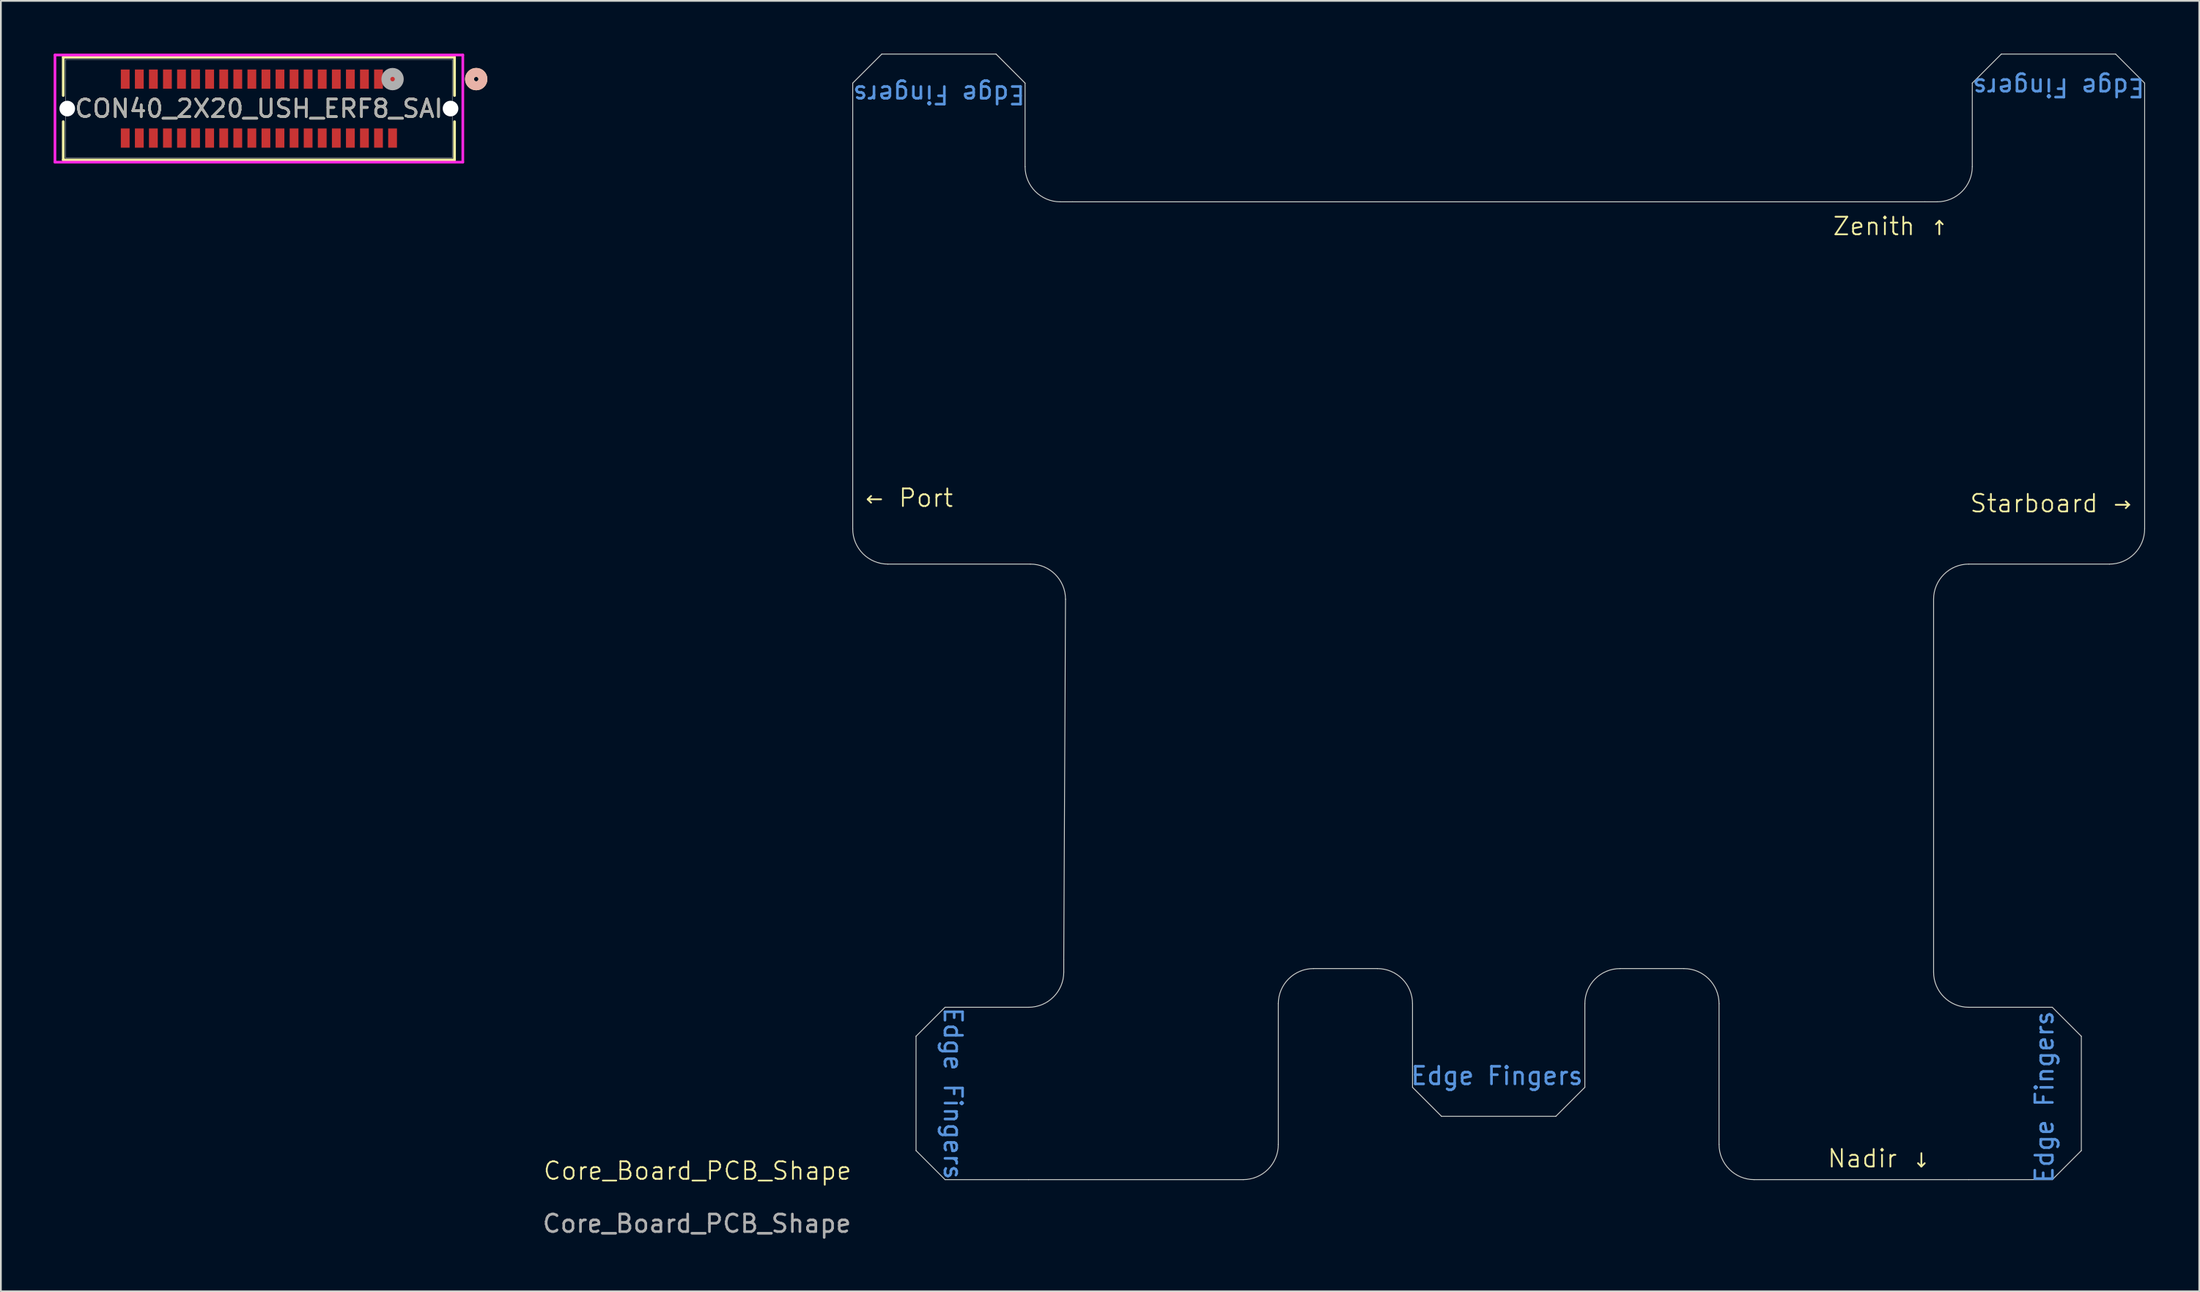
<source format=kicad_pcb>
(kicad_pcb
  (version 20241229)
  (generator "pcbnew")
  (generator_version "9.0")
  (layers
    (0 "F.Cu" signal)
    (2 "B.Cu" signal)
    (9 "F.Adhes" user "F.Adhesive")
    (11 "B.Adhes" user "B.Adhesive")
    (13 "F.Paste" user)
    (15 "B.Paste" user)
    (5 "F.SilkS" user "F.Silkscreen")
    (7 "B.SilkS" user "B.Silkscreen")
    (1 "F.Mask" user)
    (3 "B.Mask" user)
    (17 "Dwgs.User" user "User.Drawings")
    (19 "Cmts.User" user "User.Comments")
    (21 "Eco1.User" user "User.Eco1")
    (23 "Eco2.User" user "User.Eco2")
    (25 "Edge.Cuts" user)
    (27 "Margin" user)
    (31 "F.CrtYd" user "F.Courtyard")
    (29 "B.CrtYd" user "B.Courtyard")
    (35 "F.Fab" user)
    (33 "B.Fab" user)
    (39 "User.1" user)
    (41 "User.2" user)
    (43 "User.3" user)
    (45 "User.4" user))
  (footprint "Core_Board_PCB_Shape"
    (layer "F.Cu")
    (at 45.437 64.025)
    (property "Reference" "Core_Board_PCB_Shape" (at 0 -0.5 0) (unlocked yes) (layer "F.SilkS") (effects (font (size 1 1) (thickness 0.1)) (justify right)))
    (attr smd)
    (fp_line (start 0 -37) (end 0 -62.35) (stroke (width 0.05) (type default)) (layer "Edge.Cuts"))
    (fp_line (start 1.65 -64) (end 0 -62.35) (stroke (width 0.05) (type default)) (layer "Edge.Cuts"))
    (fp_line (start 1.65 -64) (end 8.15 -64) (stroke (width 0.05) (type default)) (layer "Edge.Cuts"))
    (fp_line (start 3.6 -8.15) (end 5.25 -9.8) (stroke (width 0.05) (type default)) (layer "Edge.Cuts"))
    (fp_line (start 3.6 -1.65) (end 3.6 -8.15) (stroke (width 0.05) (type default)) (layer "Edge.Cuts"))
    (fp_line (start 3.6 -1.65) (end 5.25 0) (stroke (width 0.05) (type default)) (layer "Edge.Cuts"))
    (fp_line (start 5.25 -9.8) (end 10 -9.8) (stroke (width 0.05) (type default)) (layer "Edge.Cuts"))
    (fp_line (start 8.15 -64) (end 9.8 -62.35) (stroke (width 0.05) (type default)) (layer "Edge.Cuts"))
    (fp_line (start 9.8 -62.35) (end 9.8 -57.6) (stroke (width 0.05) (type default)) (layer "Edge.Cuts"))
    (fp_line (start 10 0) (end 5.25 0) (stroke (width 0.05) (type default)) (layer "Edge.Cuts"))
    (fp_line (start 10.1 -35) (end 2 -35) (stroke (width 0.05) (type default)) (layer "Edge.Cuts"))
    (fp_line (start 11.8 -55.6) (end 12.5 -55.6) (stroke (width 0.05) (type default)) (layer "Edge.Cuts"))
    (fp_line (start 12 -11.8) (end 12 -12.5) (stroke (width 0.05) (type default)) (layer "Edge.Cuts"))
    (fp_line (start 12.1 -33) (end 12 -12.5) (stroke (width 0.05) (type default)) (layer "Edge.Cuts"))
    (fp_line (start 22.2 0) (end 10 0) (stroke (width 0.05) (type default)) (layer "Edge.Cuts"))
    (fp_line (start 24.2 -10) (end 24.2 -2) (stroke (width 0.05) (type default)) (layer "Edge.Cuts"))
    (fp_line (start 29.83 -12) (end 26.2 -12) (stroke (width 0.05) (type default)) (layer "Edge.Cuts"))
    (fp_line (start 31.83 -5.25) (end 31.83 -10) (stroke (width 0.05) (type default)) (layer "Edge.Cuts"))
    (fp_line (start 31.83 -5.25) (end 33.48 -3.6) (stroke (width 0.05) (type default)) (layer "Edge.Cuts"))
    (fp_line (start 39.98 -3.6) (end 33.48 -3.6) (stroke (width 0.05) (type default)) (layer "Edge.Cuts"))
    (fp_line (start 41.63 -10) (end 41.63 -5.25) (stroke (width 0.05) (type default)) (layer "Edge.Cuts"))
    (fp_line (start 41.63 -5.25) (end 39.98 -3.6) (stroke (width 0.05) (type default)) (layer "Edge.Cuts"))
    (fp_line (start 47.26 -12) (end 43.63 -12) (stroke (width 0.05) (type default)) (layer "Edge.Cuts"))
    (fp_line (start 49.26 -2) (end 49.26 -10) (stroke (width 0.05) (type default)) (layer "Edge.Cuts"))
    (fp_line (start 60.96 -55.6) (end 12.5 -55.6) (stroke (width 0.05) (type default)) (layer "Edge.Cuts"))
    (fp_line (start 60.96 -55.6) (end 61.66 -55.6) (stroke (width 0.05) (type default)) (layer "Edge.Cuts"))
    (fp_line (start 61.46 -33) (end 61.46 -11.8) (stroke (width 0.05) (type default)) (layer "Edge.Cuts"))
    (fp_line (start 63.46 -9.8) (end 68.21 -9.8) (stroke (width 0.05) (type default)) (layer "Edge.Cuts"))
    (fp_line (start 63.46 0) (end 51.26 0) (stroke (width 0.05) (type default)) (layer "Edge.Cuts"))
    (fp_line (start 63.66 -57.6) (end 63.66 -62.35) (stroke (width 0.05) (type default)) (layer "Edge.Cuts"))
    (fp_line (start 65.31 -64) (end 63.66 -62.35) (stroke (width 0.05) (type default)) (layer "Edge.Cuts"))
    (fp_line (start 65.31 -64) (end 71.81 -64) (stroke (width 0.05) (type default)) (layer "Edge.Cuts"))
    (fp_line (start 68.21 -9.8) (end 69.86 -8.15) (stroke (width 0.05) (type default)) (layer "Edge.Cuts"))
    (fp_line (start 68.21 0) (end 63.46 0) (stroke (width 0.05) (type default)) (layer "Edge.Cuts"))
    (fp_line (start 69.86 -8.15) (end 69.86 -1.65) (stroke (width 0.05) (type default)) (layer "Edge.Cuts"))
    (fp_line (start 69.86 -1.65) (end 68.21 0) (stroke (width 0.05) (type default)) (layer "Edge.Cuts"))
    (fp_line (start 71.46 -35) (end 63.46 -35) (stroke (width 0.05) (type default)) (layer "Edge.Cuts"))
    (fp_line (start 73.46 -62.35) (end 71.81 -64) (stroke (width 0.05) (type default)) (layer "Edge.Cuts"))
    (fp_line (start 73.46 -62.35) (end 73.46 -37) (stroke (width 0.05) (type default)) (layer "Edge.Cuts"))
    (fp_arc (start 2 -35) (mid 0.585786 -35.585786) (end 0 -37) (stroke (width 0.05) (type default)) (layer "Edge.Cuts"))
    (fp_arc (start 10.1 -35) (mid 11.514214 -34.414214) (end 12.1 -33) (stroke (width 0.05) (type default)) (layer "Edge.Cuts"))
    (fp_arc (start 11.8 -55.6) (mid 10.385786 -56.185786) (end 9.8 -57.6) (stroke (width 0.05) (type default)) (layer "Edge.Cuts"))
    (fp_arc (start 12 -11.8) (mid 11.414214 -10.385786) (end 10 -9.8) (stroke (width 0.05) (type default)) (layer "Edge.Cuts"))
    (fp_arc (start 24.2 -10) (mid 24.785786 -11.414214) (end 26.2 -12) (stroke (width 0.05) (type default)) (layer "Edge.Cuts"))
    (fp_arc (start 24.2 -2) (mid 23.614214 -0.585786) (end 22.2 0) (stroke (width 0.05) (type default)) (layer "Edge.Cuts"))
    (fp_arc (start 29.83 -12) (mid 31.244214 -11.414214) (end 31.83 -10) (stroke (width 0.05) (type default)) (layer "Edge.Cuts"))
    (fp_arc (start 41.63 -10) (mid 42.215786 -11.414214) (end 43.63 -12) (stroke (width 0.05) (type default)) (layer "Edge.Cuts"))
    (fp_arc (start 47.26 -12) (mid 48.674214 -11.414214) (end 49.26 -10) (stroke (width 0.05) (type default)) (layer "Edge.Cuts"))
    (fp_arc (start 51.26 0) (mid 49.845786 -0.585786) (end 49.26 -2) (stroke (width 0.05) (type default)) (layer "Edge.Cuts"))
    (fp_arc (start 61.46 -33) (mid 62.045786 -34.414214) (end 63.46 -35) (stroke (width 0.05) (type default)) (layer "Edge.Cuts"))
    (fp_arc (start 63.46 -9.8) (mid 62.045786 -10.385786) (end 61.46 -11.8) (stroke (width 0.05) (type default)) (layer "Edge.Cuts"))
    (fp_arc (start 63.66 -57.6) (mid 63.074214 -56.185786) (end 61.66 -55.6) (stroke (width 0.05) (type default)) (layer "Edge.Cuts"))
    (fp_arc (start 73.46 -37) (mid 72.874214 -35.585786) (end 71.46 -35) (stroke (width 0.05) (type default)) (layer "Edge.Cuts"))
    (fp_text user "← Port" (at 0.55 -38.76 0) (unlocked yes) (layer "F.SilkS") (effects (font (size 1 1) (thickness 0.1)) (justify left)))
    (fp_text user "Zenith ↑" (at 62.47 -54.21 0) (unlocked yes) (layer "F.SilkS") (effects (font (size 1 1) (thickness 0.1)) (justify right)))
    (fp_text user "Starboard →" (at 72.88 -38.45 0) (unlocked yes) (layer "F.SilkS") (effects (font (size 1 1) (thickness 0.1)) (justify right)))
    (fp_text user "Nadir ↓" (at 61.45 -1.2 0) (unlocked yes) (layer "F.SilkS") (effects (font (size 1 1) (thickness 0.1)) (justify right)))
    (fp_text user "Edge Fingers" (at 68.56 -62.1 180) (unlocked yes) (layer "Cmts.User") (effects (font (size 1 1) (thickness 0.15))))
    (fp_text user "Edge Fingers" (at 4.9 -61.7 180) (unlocked yes) (layer "Cmts.User") (effects (font (size 1 1) (thickness 0.15))))
    (fp_text user "Edge Fingers" (at 5.7 -4.9 270) (unlocked yes) (layer "Cmts.User") (effects (font (size 1 1) (thickness 0.15))))
    (fp_text user "Edge Fingers" (at 36.63 -5.9 0) (unlocked yes) (layer "Cmts.User") (effects (font (size 1 1) (thickness 0.15))))
    (fp_text user "Edge Fingers" (at 67.76 -4.7 90) (unlocked yes) (layer "Cmts.User") (effects (font (size 1 1) (thickness 0.15))))
    (fp_text user "${REFERENCE}" (at 0 2.5 0) (unlocked yes) (layer "F.Fab") (effects (font (size 1 1) (thickness 0.15)) (justify right))))
  (footprint "CON40_2X20_USH_ERF8_SAI"
    (layer "F.Cu")
    (at 19.272 1.448)
    (property "Reference" "CON40_2X20_USH_ERF8_SAI" (at -7.601 1.676 0) (unlocked yes) (layer "F.SilkS") (effects (font (size 1 1) (thickness 0.15))))
    (attr smd)
    (fp_line (start -18.726 -1.245) (end -18.726 0.934) (stroke (width 0.152) (type solid)) (layer "F.SilkS"))
    (fp_line (start -18.726 2.419) (end -18.726 4.597) (stroke (width 0.152) (type solid)) (layer "F.SilkS"))
    (fp_line (start -18.726 4.597) (end 3.524 4.597) (stroke (width 0.152) (type solid)) (layer "F.SilkS"))
    (fp_line (start 3.524 -1.245) (end -18.726 -1.245) (stroke (width 0.152) (type solid)) (layer "F.SilkS"))
    (fp_line (start 3.524 0.934) (end 3.524 -1.245) (stroke (width 0.152) (type solid)) (layer "F.SilkS"))
    (fp_line (start 3.524 4.597) (end 3.524 2.419) (stroke (width 0.152) (type solid)) (layer "F.SilkS"))
    (fp_circle (center 4.756 0) (end 5.137 0) (stroke (width 0.508) (type solid)) (fill no) (layer "F.SilkS"))
    (fp_circle (center 4.756 0) (end 5.137 0) (stroke (width 0.508) (type solid)) (fill no) (layer "B.SilkS"))
    (fp_line (start -19.196 -1.372) (end -19.196 4.724) (stroke (width 0.152) (type solid)) (layer "F.CrtYd"))
    (fp_line (start -19.196 4.724) (end 3.994 4.724) (stroke (width 0.152) (type solid)) (layer "F.CrtYd"))
    (fp_line (start 3.994 -1.372) (end -19.196 -1.372) (stroke (width 0.152) (type solid)) (layer "F.CrtYd"))
    (fp_line (start 3.994 4.724) (end 3.994 -1.372) (stroke (width 0.152) (type solid)) (layer "F.CrtYd"))
    (fp_line (start -18.599 -1.118) (end -18.599 4.47) (stroke (width 0.025) (type solid)) (layer "F.Fab"))
    (fp_line (start -18.599 4.47) (end 3.397 4.47) (stroke (width 0.025) (type solid)) (layer "F.Fab"))
    (fp_line (start 3.397 -1.118) (end -18.599 -1.118) (stroke (width 0.025) (type solid)) (layer "F.Fab"))
    (fp_line (start 3.397 4.47) (end 3.397 -1.118) (stroke (width 0.025) (type solid)) (layer "F.Fab"))
    (fp_circle (center 0 0) (end 0.381 0) (stroke (width 0.508) (type solid)) (fill no) (layer "F.Fab"))
    (fp_text user "${REFERENCE}" (at -7.601 1.676 0) (unlocked yes) (layer "F.Fab") (effects (font (size 1 1) (thickness 0.15))))
    (pad "" np_thru_hole circle (at -18.498 1.676) (size 0.889 0.889) (drill 0.889) (layers "*.Cu" "*.Mask"))
    (pad "" np_thru_hole circle (at 3.296 1.676) (size 0.889 0.889) (drill 0.889) (layers "*.Cu" "*.Mask"))
    (pad "1" smd rect (at 0 0) (size 0.5 1.092) (layers "F.Cu" "F.Mask" "F.Paste"))
    (pad "2" smd rect (at 0 3.353) (size 0.5 1.092) (layers "F.Cu" "F.Mask" "F.Paste"))
    (pad "3" smd rect (at -0.8 0) (size 0.5 1.092) (layers "F.Cu" "F.Mask" "F.Paste"))
    (pad "4" smd rect (at -0.8 3.353) (size 0.5 1.092) (layers "F.Cu" "F.Mask" "F.Paste"))
    (pad "5" smd rect (at -1.6 0) (size 0.5 1.092) (layers "F.Cu" "F.Mask" "F.Paste"))
    (pad "6" smd rect (at -1.6 3.353) (size 0.5 1.092) (layers "F.Cu" "F.Mask" "F.Paste"))
    (pad "7" smd rect (at -2.4 0) (size 0.5 1.092) (layers "F.Cu" "F.Mask" "F.Paste"))
    (pad "8" smd rect (at -2.4 3.353) (size 0.5 1.092) (layers "F.Cu" "F.Mask" "F.Paste"))
    (pad "9" smd rect (at -3.2 0) (size 0.5 1.092) (layers "F.Cu" "F.Mask" "F.Paste"))
    (pad "10" smd rect (at -3.2 3.353) (size 0.5 1.092) (layers "F.Cu" "F.Mask" "F.Paste"))
    (pad "11" smd rect (at -4 0) (size 0.5 1.092) (layers "F.Cu" "F.Mask" "F.Paste"))
    (pad "12" smd rect (at -4 3.353) (size 0.5 1.092) (layers "F.Cu" "F.Mask" "F.Paste"))
    (pad "13" smd rect (at -4.801 0) (size 0.5 1.092) (layers "F.Cu" "F.Mask" "F.Paste"))
    (pad "14" smd rect (at -4.801 3.353) (size 0.5 1.092) (layers "F.Cu" "F.Mask" "F.Paste"))
    (pad "15" smd rect (at -5.601 0) (size 0.5 1.092) (layers "F.Cu" "F.Mask" "F.Paste"))
    (pad "16" smd rect (at -5.601 3.353) (size 0.5 1.092) (layers "F.Cu" "F.Mask" "F.Paste"))
    (pad "17" smd rect (at -6.401 0) (size 0.5 1.092) (layers "F.Cu" "F.Mask" "F.Paste"))
    (pad "18" smd rect (at -6.401 3.353) (size 0.5 1.092) (layers "F.Cu" "F.Mask" "F.Paste"))
    (pad "19" smd rect (at -7.201 0) (size 0.5 1.092) (layers "F.Cu" "F.Mask" "F.Paste"))
    (pad "20" smd rect (at -7.201 3.353) (size 0.5 1.092) (layers "F.Cu" "F.Mask" "F.Paste"))
    (pad "21" smd rect (at -8.001 0) (size 0.5 1.092) (layers "F.Cu" "F.Mask" "F.Paste"))
    (pad "22" smd rect (at -8.001 3.353) (size 0.5 1.092) (layers "F.Cu" "F.Mask" "F.Paste"))
    (pad "23" smd rect (at -8.801 0) (size 0.5 1.092) (layers "F.Cu" "F.Mask" "F.Paste"))
    (pad "24" smd rect (at -8.801 3.353) (size 0.5 1.092) (layers "F.Cu" "F.Mask" "F.Paste"))
    (pad "25" smd rect (at -9.601 0) (size 0.5 1.092) (layers "F.Cu" "F.Mask" "F.Paste"))
    (pad "26" smd rect (at -9.601 3.353) (size 0.5 1.092) (layers "F.Cu" "F.Mask" "F.Paste"))
    (pad "27" smd rect (at -10.401 0) (size 0.5 1.092) (layers "F.Cu" "F.Mask" "F.Paste"))
    (pad "28" smd rect (at -10.401 3.353) (size 0.5 1.092) (layers "F.Cu" "F.Mask" "F.Paste"))
    (pad "29" smd rect (at -11.201 0) (size 0.5 1.092) (layers "F.Cu" "F.Mask" "F.Paste"))
    (pad "30" smd rect (at -11.201 3.353) (size 0.5 1.092) (layers "F.Cu" "F.Mask" "F.Paste"))
    (pad "31" smd rect (at -12.002 0) (size 0.5 1.092) (layers "F.Cu" "F.Mask" "F.Paste"))
    (pad "32" smd rect (at -12.002 3.353) (size 0.5 1.092) (layers "F.Cu" "F.Mask" "F.Paste"))
    (pad "33" smd rect (at -12.802 0) (size 0.5 1.092) (layers "F.Cu" "F.Mask" "F.Paste"))
    (pad "34" smd rect (at -12.802 3.353) (size 0.5 1.092) (layers "F.Cu" "F.Mask" "F.Paste"))
    (pad "35" smd rect (at -13.602 0) (size 0.5 1.092) (layers "F.Cu" "F.Mask" "F.Paste"))
    (pad "36" smd rect (at -13.602 3.353) (size 0.5 1.092) (layers "F.Cu" "F.Mask" "F.Paste"))
    (pad "37" smd rect (at -14.402 0) (size 0.5 1.092) (layers "F.Cu" "F.Mask" "F.Paste"))
    (pad "38" smd rect (at -14.402 3.353) (size 0.5 1.092) (layers "F.Cu" "F.Mask" "F.Paste"))
    (pad "39" smd rect (at -15.202 0) (size 0.5 1.092) (layers "F.Cu" "F.Mask" "F.Paste"))
    (pad "40" smd rect (at -15.202 3.353) (size 0.5 1.092) (layers "F.Cu" "F.Mask" "F.Paste")))
  (gr_rect
    (start -3 -3)
    (end 122.003 70.373)
    (stroke (width 0.1) (type default))
    (fill no)
    (layer "Edge.Cuts")))
</source>
